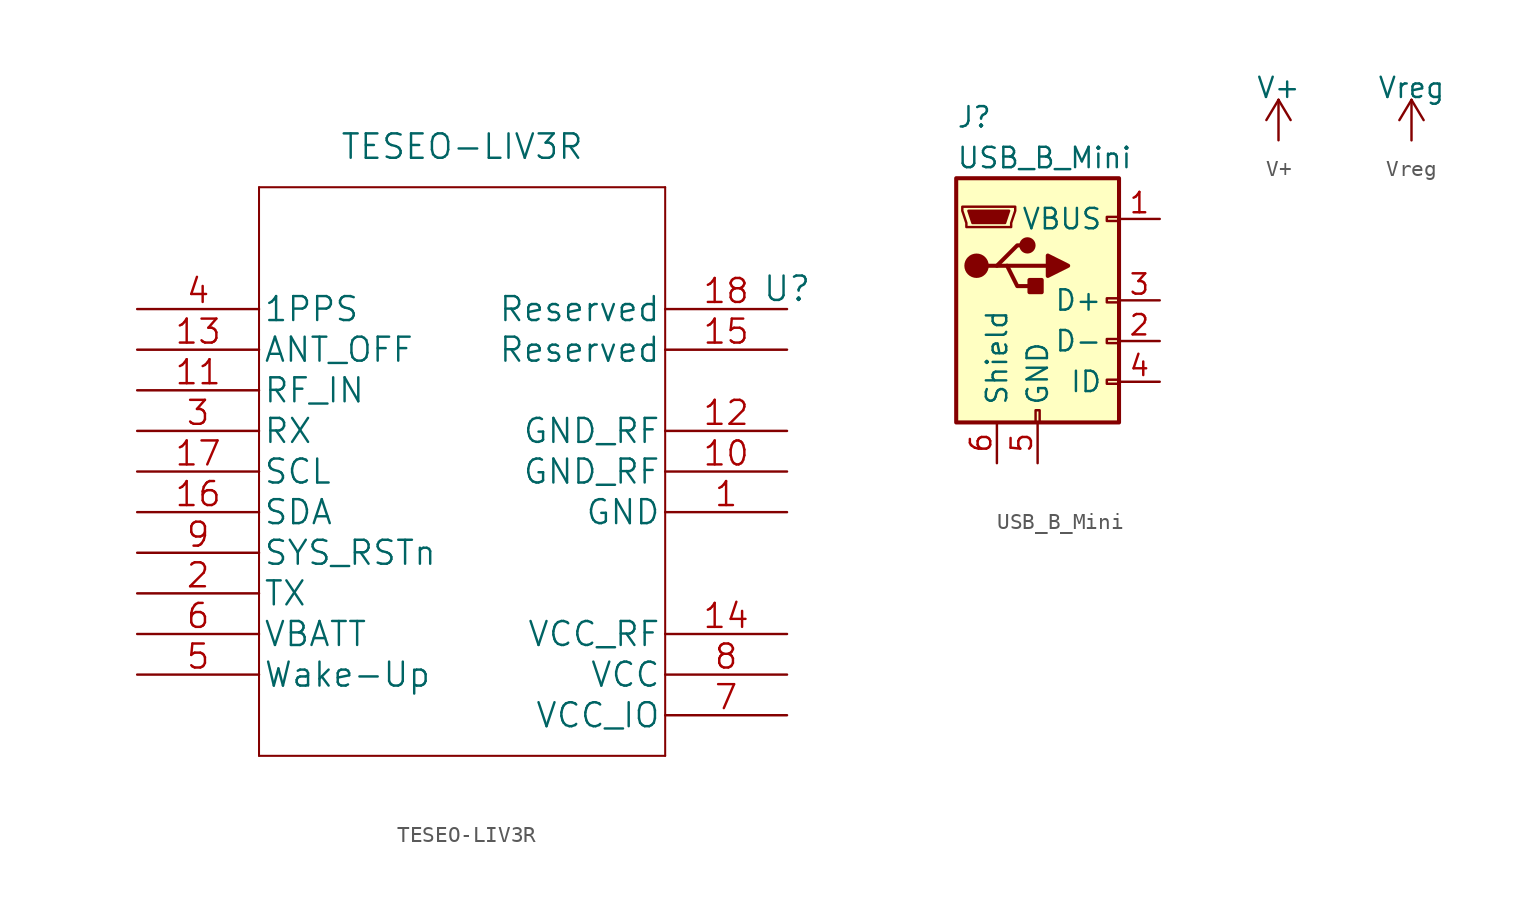
<source format=kicad_sym>
(kicad_symbol_lib
  (version 20231120)
  (generator "kicad_symbol_editor")
  (generator_version "8.0")
  (symbol "TESEO-LIV3R"
    (pin_names
      (offset 0.254))
    (property "Reference" "U"
      (at 20.32 12.7 0)
      (effects (font (size 1.524 1.524))))
    (property "Value" "TESEO-LIV3R"
      (at 0 21.59 0)
      (effects (font (size 1.524 1.524))))
    (symbol "TESEO-LIV3R_1_1"
      (polyline (pts (xy -12.7 -16.51) (xy 12.7 -16.51)) (stroke (width 0.127) (type default)) (fill (type none)))
      (polyline (pts (xy -12.7 19.05) (xy -12.7 -16.51)) (stroke (width 0.127) (type default)) (fill (type none)))
      (polyline (pts (xy 12.7 -16.51) (xy 12.7 19.05)) (stroke (width 0.127) (type default)) (fill (type none)))
      (polyline (pts (xy 12.7 19.05) (xy -12.7 19.05)) (stroke (width 0.127) (type default)) (fill (type none)))
      (pin power_in line (at 20.32 -1.27 180) (length 7.62) (name "GND" (effects (font (size 1.499 1.499)))) (number "1" (effects (font (size 1.499 1.499)))))
      (pin power_in line (at 20.32 1.27 180) (length 7.62) (name "GND_RF" (effects (font (size 1.499 1.499)))) (number "10" (effects (font (size 1.499 1.499)))))
      (pin unspecified line (at -20.32 6.35 0) (length 7.62) (name "RF_IN" (effects (font (size 1.499 1.499)))) (number "11" (effects (font (size 1.499 1.499)))))
      (pin power_in line (at 20.32 3.81 180) (length 7.62) (name "GND_RF" (effects (font (size 1.499 1.499)))) (number "12" (effects (font (size 1.499 1.499)))))
      (pin unspecified line (at -20.32 8.89 0) (length 7.62) (name "ANT_OFF" (effects (font (size 1.499 1.499)))) (number "13" (effects (font (size 1.499 1.499)))))
      (pin power_in line (at 20.32 -8.89 180) (length 7.62) (name "VCC_RF" (effects (font (size 1.499 1.499)))) (number "14" (effects (font (size 1.499 1.499)))))
      (pin unspecified line (at 20.32 8.89 180) (length 7.62) (name "Reserved" (effects (font (size 1.499 1.499)))) (number "15" (effects (font (size 1.499 1.499)))))
      (pin unspecified line (at -20.32 -1.27 0) (length 7.62) (name "SDA" (effects (font (size 1.499 1.499)))) (number "16" (effects (font (size 1.499 1.499)))))
      (pin unspecified line (at -20.32 1.27 0) (length 7.62) (name "SCL" (effects (font (size 1.499 1.499)))) (number "17" (effects (font (size 1.499 1.499)))))
      (pin unspecified line (at 20.32 11.43 180) (length 7.62) (name "Reserved" (effects (font (size 1.499 1.499)))) (number "18" (effects (font (size 1.499 1.499)))))
      (pin unspecified line (at -20.32 -6.35 0) (length 7.62) (name "TX" (effects (font (size 1.499 1.499)))) (number "2" (effects (font (size 1.499 1.499)))))
      (pin unspecified line (at -20.32 3.81 0) (length 7.62) (name "RX" (effects (font (size 1.499 1.499)))) (number "3" (effects (font (size 1.499 1.499)))))
      (pin unspecified line (at -20.32 11.43 0) (length 7.62) (name "1PPS" (effects (font (size 1.499 1.499)))) (number "4" (effects (font (size 1.499 1.499)))))
      (pin unspecified line (at -20.32 -11.43 0) (length 7.62) (name "Wake-Up" (effects (font (size 1.499 1.499)))) (number "5" (effects (font (size 1.499 1.499)))))
      (pin unspecified line (at -20.32 -8.89 0) (length 7.62) (name "VBATT" (effects (font (size 1.499 1.499)))) (number "6" (effects (font (size 1.499 1.499)))))
      (pin power_in line (at 20.32 -13.97 180) (length 7.62) (name "VCC_IO" (effects (font (size 1.499 1.499)))) (number "7" (effects (font (size 1.499 1.499)))))
      (pin power_in line (at 20.32 -11.43 180) (length 7.62) (name "VCC" (effects (font (size 1.499 1.499)))) (number "8" (effects (font (size 1.499 1.499)))))
      (pin unspecified line (at -20.32 -3.81 0) (length 7.62) (name "SYS_RSTn" (effects (font (size 1.499 1.499)))) (number "9" (effects (font (size 1.499 1.499)))))))
  (symbol "USB_B_Mini"
    (pin_names
      (offset 1.016))
    (property "Reference" "J"
      (at -5.08 11.43 0)
      (effects (font (size 1.27 1.27)) (justify left)))
    (property "Value" "USB_B_Mini"
      (at -5.08 8.89 0)
      (effects (font (size 1.27 1.27)) (justify left)))
    (symbol "USB_B_Mini_0_1"
      (rectangle (start -5.08 7.62) (end 5.08 -7.62) (stroke (width 0.254) (type default)) (fill (type background)))
      (circle (center -3.81 2.159) (radius 0.635) (stroke (width 0.254) (type default)) (fill (type outline)))
      (circle (center -0.635 3.429) (radius 0.381) (stroke (width 0.254) (type default)) (fill (type outline)))
      (rectangle (start -0.127 -7.62) (end 0.127 -6.858) (stroke (width 0) (type default)) (fill (type none)))
      (polyline (pts (xy -1.905 2.159) (xy 0.635 2.159)) (stroke (width 0.254) (type default)) (fill (type none)))
      (polyline (pts (xy -3.175 2.159) (xy -2.54 2.159) (xy -1.27 3.429) (xy -0.635 3.429)) (stroke (width 0.254) (type default)) (fill (type none)))
      (polyline (pts (xy -2.54 2.159) (xy -1.905 2.159) (xy -1.27 0.889) (xy 0 0.889)) (stroke (width 0.254) (type default)) (fill (type none)))
      (polyline (pts (xy 0.635 2.794) (xy 0.635 1.524) (xy 1.905 2.159) (xy 0.635 2.794)) (stroke (width 0.254) (type default)) (fill (type outline)))
      (polyline (pts (xy -4.318 5.588) (xy -1.778 5.588) (xy -2.032 4.826) (xy -4.064 4.826) (xy -4.318 5.588)) (stroke (width 0) (type default)) (fill (type outline)))
      (polyline (pts (xy -4.699 5.842) (xy -4.699 5.588) (xy -4.445 4.826) (xy -4.445 4.572) (xy -1.651 4.572) (xy -1.651 4.826) (xy -1.397 5.588) (xy -1.397 5.842) (xy -4.699 5.842)) (stroke (width 0) (type default)) (fill (type none)))
      (rectangle (start 0.254 1.27) (end -0.508 0.508) (stroke (width 0.254) (type default)) (fill (type outline)))
      (rectangle (start 5.08 -5.207) (end 4.318 -4.953) (stroke (width 0) (type default)) (fill (type none)))
      (rectangle (start 5.08 -2.667) (end 4.318 -2.413) (stroke (width 0) (type default)) (fill (type none)))
      (rectangle (start 5.08 -0.127) (end 4.318 0.127) (stroke (width 0) (type default)) (fill (type none)))
      (rectangle (start 5.08 4.953) (end 4.318 5.207) (stroke (width 0) (type default)) (fill (type none))))
    (symbol "USB_B_Mini_1_1"
      (pin power_out line (at 7.62 5.08 180) (length 2.54) (name "VBUS" (effects (font (size 1.27 1.27)))) (number "1" (effects (font (size 1.27 1.27)))))
      (pin bidirectional line (at 7.62 -2.54 180) (length 2.54) (name "D-" (effects (font (size 1.27 1.27)))) (number "2" (effects (font (size 1.27 1.27)))))
      (pin bidirectional line (at 7.62 0 180) (length 2.54) (name "D+" (effects (font (size 1.27 1.27)))) (number "3" (effects (font (size 1.27 1.27)))))
      (pin passive line (at 7.62 -5.08 180) (length 2.54) (name "ID" (effects (font (size 1.27 1.27)))) (number "4" (effects (font (size 1.27 1.27)))))
      (pin power_out line (at 0 -10.16 90) (length 2.54) (name "GND" (effects (font (size 1.27 1.27)))) (number "5" (effects (font (size 1.27 1.27)))))
      (pin passive line (at -2.54 -10.16 90) (length 2.54) (name "Shield" (effects (font (size 1.27 1.27)))) (number "6" (effects (font (size 1.27 1.27)))))))
  (symbol "V+"
    (power)
    (pin_names
      (offset 0))
    (property "Reference" "#PWR"
      (at 0 -3.81 0)
      (effects (font (size 1.27 1.27)) (hide yes)))
    (property "Value" "V+"
      (at 0 3.302 0)
      (effects (font (size 1.27 1.27))))
    (symbol "V+_0_1"
      (polyline (pts (xy -0.762 1.27) (xy 0 2.54)) (stroke (width 0) (type default)) (fill (type none)))
      (polyline (pts (xy 0 0) (xy 0 2.54)) (stroke (width 0) (type default)) (fill (type none)))
      (polyline (pts (xy 0 2.54) (xy 0.762 1.27)) (stroke (width 0) (type default)) (fill (type none))))
    (symbol "V+_1_1"
      (pin power_in line (at 0 0 90) (length 0) hide (name "V+" (effects (font (size 1.27 1.27)))) (number "1" (effects (font (size 1.27 1.27)))))))
  (symbol "Vreg"
    (power)
    (pin_names
      (offset 0))
    (property "Reference" "#PWR"
      (at 0 -3.81 0)
      (effects (font (size 1.27 1.27)) (hide yes)))
    (property "Value" "Vreg"
      (at 0 3.302 0)
      (effects (font (size 1.27 1.27))))
    (symbol "Vreg_0_1"
      (polyline (pts (xy -0.762 1.27) (xy 0 2.54)) (stroke (width 0) (type default)) (fill (type none)))
      (polyline (pts (xy 0 0) (xy 0 2.54)) (stroke (width 0) (type default)) (fill (type none)))
      (polyline (pts (xy 0 2.54) (xy 0.762 1.27)) (stroke (width 0) (type default)) (fill (type none))))
    (symbol "Vreg_1_1"
      (pin power_in line (at 0 0 90) (length 0) hide (name "Vreg" (effects (font (size 1.27 1.27)))) (number "1" (effects (font (size 1.27 1.27))))))))
</source>
